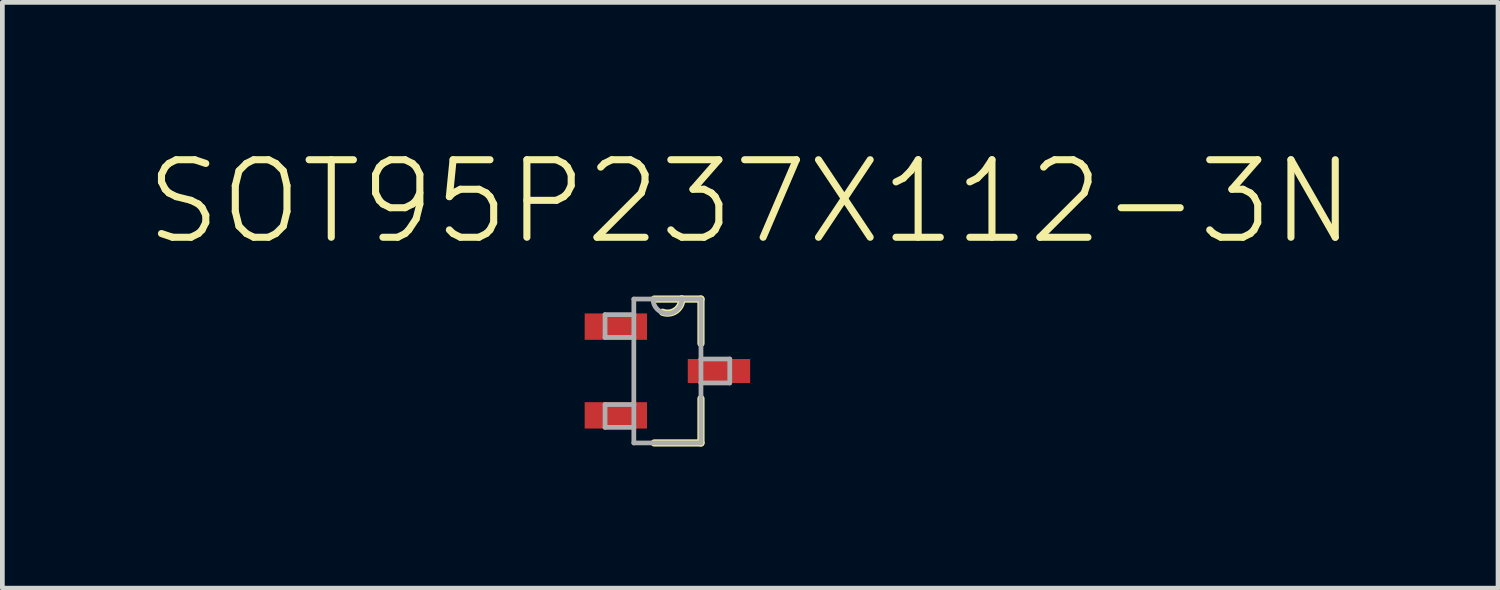
<source format=kicad_pcb>
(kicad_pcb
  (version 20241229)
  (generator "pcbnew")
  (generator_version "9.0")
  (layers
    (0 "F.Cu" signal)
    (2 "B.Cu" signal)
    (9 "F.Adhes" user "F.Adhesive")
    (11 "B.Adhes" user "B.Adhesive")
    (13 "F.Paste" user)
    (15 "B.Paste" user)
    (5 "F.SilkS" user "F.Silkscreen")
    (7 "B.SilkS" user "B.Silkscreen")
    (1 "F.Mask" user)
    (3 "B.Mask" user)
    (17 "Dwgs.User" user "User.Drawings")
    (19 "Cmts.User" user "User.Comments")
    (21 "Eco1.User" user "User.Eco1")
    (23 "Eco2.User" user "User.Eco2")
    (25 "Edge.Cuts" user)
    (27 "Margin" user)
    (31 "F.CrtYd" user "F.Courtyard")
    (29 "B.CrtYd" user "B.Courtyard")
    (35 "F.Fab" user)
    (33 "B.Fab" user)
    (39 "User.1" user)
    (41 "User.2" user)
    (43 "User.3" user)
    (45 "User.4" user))
  (footprint "SOT95P237X112-3N"
    (layer "F.Cu")
    (at 11.088 4.809)
    (property "Reference" "SOT95P237X112-3N" (at 1.754 -3.585 0) (layer "F.SilkS") (effects (font (size 1.642 1.642) (thickness 0.15))))
    (attr smd)
    (fp_line (start -0.279 1.524) (end 0.711 1.524) (stroke (width 0.152) (type solid)) (layer "F.SilkS"))
    (fp_line (start 0.305 -1.524) (end -0.279 -1.524) (stroke (width 0.152) (type solid)) (layer "F.SilkS"))
    (fp_line (start 0.711 -1.524) (end 0.305 -1.524) (stroke (width 0.152) (type solid)) (layer "F.SilkS"))
    (fp_line (start 0.711 -0.584) (end 0.711 -1.524) (stroke (width 0.152) (type solid)) (layer "F.SilkS"))
    (fp_line (start 0.711 1.524) (end 0.711 0.584) (stroke (width 0.152) (type solid)) (layer "F.SilkS"))
    (fp_arc (start 0.3048 -1.524) (mid 0.174323 -1.278521) (end -0.1016 -1.2446) (stroke (width 0.1524) (type solid)) (layer "F.SilkS"))
    (fp_line (start -1.321 -1.194) (end -1.321 -0.711) (stroke (width 0.1) (type solid)) (layer "F.Fab"))
    (fp_line (start -1.321 -0.711) (end -0.711 -0.711) (stroke (width 0.1) (type solid)) (layer "F.Fab"))
    (fp_line (start -1.321 0.711) (end -1.321 1.194) (stroke (width 0.1) (type solid)) (layer "F.Fab"))
    (fp_line (start -1.321 1.194) (end -0.711 1.194) (stroke (width 0.1) (type solid)) (layer "F.Fab"))
    (fp_line (start -0.711 -1.524) (end -0.711 -1.194) (stroke (width 0.1) (type solid)) (layer "F.Fab"))
    (fp_line (start -0.711 -1.194) (end -1.321 -1.194) (stroke (width 0.1) (type solid)) (layer "F.Fab"))
    (fp_line (start -0.711 -1.194) (end -0.711 -0.711) (stroke (width 0.1) (type solid)) (layer "F.Fab"))
    (fp_line (start -0.711 -0.711) (end -0.711 0.711) (stroke (width 0.1) (type solid)) (layer "F.Fab"))
    (fp_line (start -0.711 0.711) (end -1.321 0.711) (stroke (width 0.1) (type solid)) (layer "F.Fab"))
    (fp_line (start -0.711 1.194) (end -0.711 0.711) (stroke (width 0.1) (type solid)) (layer "F.Fab"))
    (fp_line (start -0.711 1.524) (end -0.711 1.194) (stroke (width 0.1) (type solid)) (layer "F.Fab"))
    (fp_line (start -0.711 1.524) (end 0.711 1.524) (stroke (width 0.1) (type solid)) (layer "F.Fab"))
    (fp_line (start -0.305 -1.524) (end -0.711 -1.524) (stroke (width 0.1) (type solid)) (layer "F.Fab"))
    (fp_line (start 0.305 -1.524) (end -0.305 -1.524) (stroke (width 0.1) (type solid)) (layer "F.Fab"))
    (fp_line (start 0.711 -1.524) (end 0.305 -1.524) (stroke (width 0.1) (type solid)) (layer "F.Fab"))
    (fp_line (start 0.711 -0.254) (end 0.711 -1.524) (stroke (width 0.1) (type solid)) (layer "F.Fab"))
    (fp_line (start 0.711 0.254) (end 0.711 -0.254) (stroke (width 0.1) (type solid)) (layer "F.Fab"))
    (fp_line (start 0.711 0.254) (end 1.321 0.254) (stroke (width 0.1) (type solid)) (layer "F.Fab"))
    (fp_line (start 0.711 1.524) (end 0.711 0.254) (stroke (width 0.1) (type solid)) (layer "F.Fab"))
    (fp_line (start 1.321 -0.254) (end 0.711 -0.254) (stroke (width 0.1) (type solid)) (layer "F.Fab"))
    (fp_line (start 1.321 0.254) (end 1.321 -0.254) (stroke (width 0.1) (type solid)) (layer "F.Fab"))
    (fp_arc (start 0.3048 -1.524) (mid 0 -1.2192) (end -0.3048 -1.524) (stroke (width 0.1) (type solid)) (layer "F.Fab"))
    (pad "1" smd rect (at -1.092 -0.94) (size 1.321 0.559) (layers "F.Cu" "F.Mask" "F.Paste"))
    (pad "2" smd rect (at -1.092 0.94) (size 1.321 0.559) (layers "F.Cu" "F.Mask" "F.Paste"))
    (pad "3" smd rect (at 1.092 0) (size 1.321 0.508) (layers "F.Cu" "F.Mask" "F.Paste")))
  (gr_rect
    (start -3 -3)
    (end 28.684 9.409)
    (stroke (width 0.1) (type default))
    (fill no)
    (layer "Edge.Cuts")))
</source>
